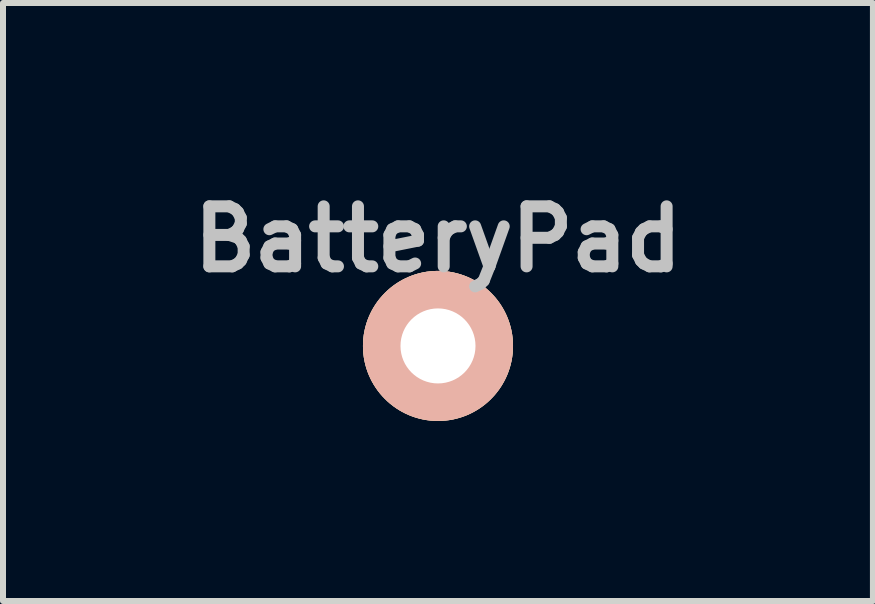
<source format=kicad_pcb>
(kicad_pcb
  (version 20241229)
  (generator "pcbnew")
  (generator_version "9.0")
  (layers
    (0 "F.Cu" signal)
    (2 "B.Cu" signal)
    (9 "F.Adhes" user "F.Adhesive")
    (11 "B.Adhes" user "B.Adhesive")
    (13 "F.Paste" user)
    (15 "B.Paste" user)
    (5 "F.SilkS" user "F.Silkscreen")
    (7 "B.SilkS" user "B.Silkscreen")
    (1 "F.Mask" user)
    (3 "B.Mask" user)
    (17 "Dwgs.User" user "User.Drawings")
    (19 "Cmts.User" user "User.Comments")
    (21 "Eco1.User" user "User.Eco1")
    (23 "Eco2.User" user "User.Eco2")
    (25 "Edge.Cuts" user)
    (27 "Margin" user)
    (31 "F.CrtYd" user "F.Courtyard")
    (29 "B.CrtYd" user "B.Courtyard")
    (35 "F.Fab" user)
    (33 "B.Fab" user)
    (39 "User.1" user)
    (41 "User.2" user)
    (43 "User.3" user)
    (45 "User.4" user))
  (footprint "BatteryPad"
    (layer "F.Cu")
    (at 4.248 2.714)
    (property "Reference" "BatteryPad" (at 0 -1.778 0) (layer "Dwgs.User") (effects (font (size 1 1) (thickness 0.2))))
    (attr through_hole)
    (pad "1" thru_hole circle (at 0 0 270) (size 2.5 2.5) (drill 1.25) (layers "*.Cu" "*.SilkS" "*.Mask")))
  (gr_rect
    (start -3 -3)
    (end 11.495 6.964)
    (stroke (width 0.1) (type default))
    (fill no)
    (layer "Edge.Cuts")))
</source>
